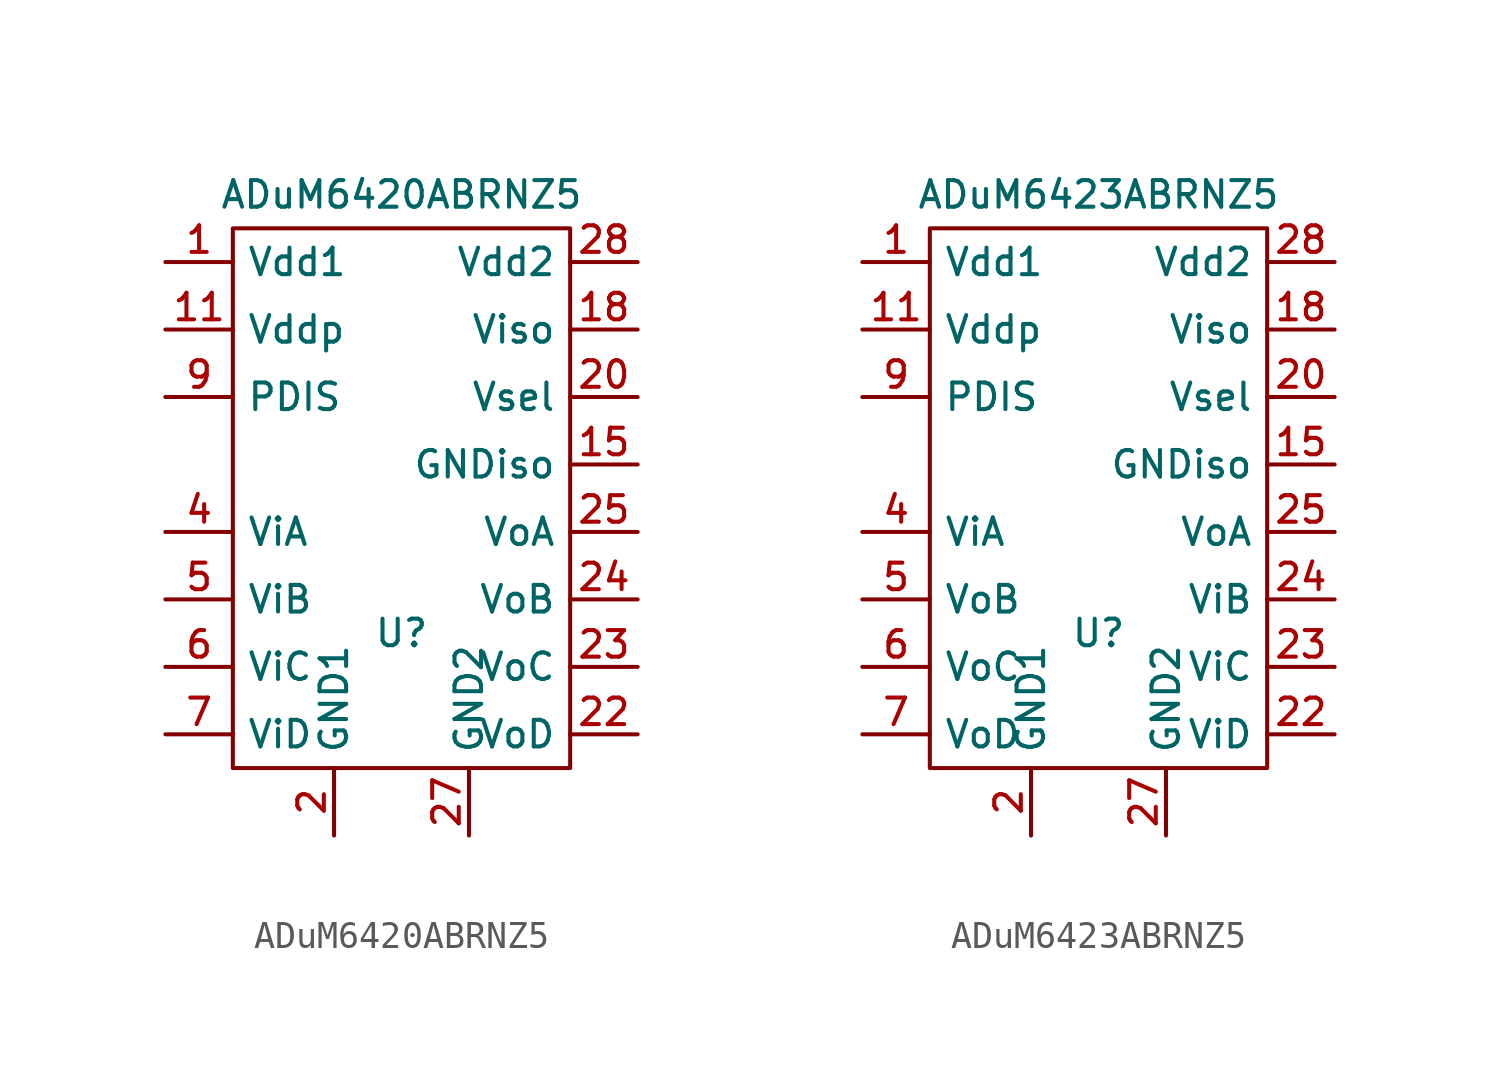
<source format=kicad_sym>
(kicad_symbol_lib
  (version 20220914)
  (generator kicad_symbol_editor)
  (symbol "ADuM6420ABRNZ5"
    (property "Reference" "U"
      (at 0 0 0)
      (effects (font (size 1 1))))
    (property "Value" "ADuM6420ABRNZ5"
      (at 0 16.51 0)
      (effects (font (size 1 1))))
    (symbol "ADuM6420ABRNZ5_0_1"
      (rectangle (start -6.35 15.24) (end 6.35 -5.08) (stroke (width 0) (type default)) (fill (type none))))
    (symbol "ADuM6420ABRNZ5_1_1"
      (pin power_in line (at -8.89 13.97 0) (length 2.54) (name "Vdd1" (effects (font (size 1 1)))) (number "1" (effects (font (size 1 1)))))
      (pin power_in line (at -2.54 -7.62 90) (length 2.54) hide (name "GND1" (effects (font (size 1 1)))) (number "10" (effects (font (size 1 1)))))
      (pin power_in line (at -8.89 11.43 0) (length 2.54) (name "Vddp" (effects (font (size 1 1)))) (number "11" (effects (font (size 1 1)))))
      (pin power_in line (at -2.54 -7.62 90) (length 2.54) hide (name "GND1" (effects (font (size 1 1)))) (number "12" (effects (font (size 1 1)))))
      (pin no_connect line (at 0 -5.08 90) (length 0) hide (name "NC" (effects (font (size 1 1)))) (number "13" (effects (font (size 1 1)))))
      (pin power_in line (at -2.54 -7.62 90) (length 2.54) hide (name "GND1" (effects (font (size 1 1)))) (number "14" (effects (font (size 1 1)))))
      (pin power_out line (at 8.89 6.35 180) (length 2.54) (name "GNDiso" (effects (font (size 1 1)))) (number "15" (effects (font (size 1 1)))))
      (pin no_connect line (at 0 -5.08 90) (length 0) hide (name "NC" (effects (font (size 1 1)))) (number "16" (effects (font (size 1 1)))))
      (pin power_out line (at 8.89 6.35 180) (length 2.54) hide (name "GNDiso" (effects (font (size 1 1)))) (number "17" (effects (font (size 1 1)))))
      (pin power_out line (at 8.89 11.43 180) (length 2.54) (name "Viso" (effects (font (size 1 1)))) (number "18" (effects (font (size 1 1)))))
      (pin power_out line (at 8.89 6.35 180) (length 2.54) hide (name "GNDiso" (effects (font (size 1 1)))) (number "19" (effects (font (size 1 1)))))
      (pin power_in line (at -2.54 -7.62 90) (length 2.54) (name "GND1" (effects (font (size 1 1)))) (number "2" (effects (font (size 1 1)))))
      (pin input line (at 8.89 8.89 180) (length 2.54) (name "Vsel" (effects (font (size 1 1)))) (number "20" (effects (font (size 1 1)))))
      (pin power_in line (at 2.54 -7.62 90) (length 2.54) hide (name "GND2" (effects (font (size 1 1)))) (number "21" (effects (font (size 1 1)))))
      (pin output line (at 8.89 -3.81 180) (length 2.54) (name "VoD" (effects (font (size 1 1)))) (number "22" (effects (font (size 1 1)))))
      (pin output line (at 8.89 -1.27 180) (length 2.54) (name "VoC" (effects (font (size 1 1)))) (number "23" (effects (font (size 1 1)))))
      (pin output line (at 8.89 1.27 180) (length 2.54) (name "VoB" (effects (font (size 1 1)))) (number "24" (effects (font (size 1 1)))))
      (pin output line (at 8.89 3.81 180) (length 2.54) (name "VoA" (effects (font (size 1 1)))) (number "25" (effects (font (size 1 1)))))
      (pin power_in line (at 2.54 -7.62 90) (length 2.54) hide (name "GND2" (effects (font (size 1 1)))) (number "26" (effects (font (size 1 1)))))
      (pin power_in line (at 2.54 -7.62 90) (length 2.54) (name "GND2" (effects (font (size 1 1)))) (number "27" (effects (font (size 1 1)))))
      (pin power_in line (at 8.89 13.97 180) (length 2.54) (name "Vdd2" (effects (font (size 1 1)))) (number "28" (effects (font (size 1 1)))))
      (pin power_in line (at -2.54 -7.62 90) (length 2.54) hide (name "GND1" (effects (font (size 1 1)))) (number "3" (effects (font (size 1 1)))))
      (pin input line (at -8.89 3.81 0) (length 2.54) (name "ViA" (effects (font (size 1 1)))) (number "4" (effects (font (size 1 1)))))
      (pin input line (at -8.89 1.27 0) (length 2.54) (name "ViB" (effects (font (size 1 1)))) (number "5" (effects (font (size 1 1)))))
      (pin input line (at -8.89 -1.27 0) (length 2.54) (name "ViC" (effects (font (size 1 1)))) (number "6" (effects (font (size 1 1)))))
      (pin input line (at -8.89 -3.81 0) (length 2.54) (name "ViD" (effects (font (size 1 1)))) (number "7" (effects (font (size 1 1)))))
      (pin power_in line (at -2.54 -7.62 90) (length 2.54) hide (name "GND1" (effects (font (size 1 1)))) (number "8" (effects (font (size 1 1)))))
      (pin input line (at -8.89 8.89 0) (length 2.54) (name "PDIS" (effects (font (size 1 1)))) (number "9" (effects (font (size 1 1)))))))
  (symbol "ADuM6423ABRNZ5"
    (property "Reference" "U"
      (at 0 0 0)
      (effects (font (size 1 1))))
    (property "Value" "ADuM6423ABRNZ5"
      (at 0 16.51 0)
      (effects (font (size 1 1))))
    (symbol "ADuM6423ABRNZ5_0_1"
      (rectangle (start -6.35 15.24) (end 6.35 -5.08) (stroke (width 0) (type default)) (fill (type none))))
    (symbol "ADuM6423ABRNZ5_1_1"
      (pin power_in line (at -8.89 13.97 0) (length 2.54) (name "Vdd1" (effects (font (size 1 1)))) (number "1" (effects (font (size 1 1)))))
      (pin power_in line (at -2.54 -7.62 90) (length 2.54) hide (name "GND1" (effects (font (size 1 1)))) (number "10" (effects (font (size 1 1)))))
      (pin power_in line (at -8.89 11.43 0) (length 2.54) (name "Vddp" (effects (font (size 1 1)))) (number "11" (effects (font (size 1 1)))))
      (pin power_in line (at -2.54 -7.62 90) (length 2.54) hide (name "GND1" (effects (font (size 1 1)))) (number "12" (effects (font (size 1 1)))))
      (pin no_connect line (at 0 -5.08 90) (length 0) hide (name "NC" (effects (font (size 1 1)))) (number "13" (effects (font (size 1 1)))))
      (pin power_in line (at -2.54 -7.62 90) (length 2.54) hide (name "GND1" (effects (font (size 1 1)))) (number "14" (effects (font (size 1 1)))))
      (pin power_out line (at 8.89 6.35 180) (length 2.54) (name "GNDiso" (effects (font (size 1 1)))) (number "15" (effects (font (size 1 1)))))
      (pin no_connect line (at 0 -5.08 90) (length 0) hide (name "NC" (effects (font (size 1 1)))) (number "16" (effects (font (size 1 1)))))
      (pin power_out line (at 8.89 6.35 180) (length 2.54) hide (name "GNDiso" (effects (font (size 1 1)))) (number "17" (effects (font (size 1 1)))))
      (pin power_out line (at 8.89 11.43 180) (length 2.54) (name "Viso" (effects (font (size 1 1)))) (number "18" (effects (font (size 1 1)))))
      (pin power_out line (at 8.89 6.35 180) (length 2.54) hide (name "GNDiso" (effects (font (size 1 1)))) (number "19" (effects (font (size 1 1)))))
      (pin power_in line (at -2.54 -7.62 90) (length 2.54) (name "GND1" (effects (font (size 1 1)))) (number "2" (effects (font (size 1 1)))))
      (pin input line (at 8.89 8.89 180) (length 2.54) (name "Vsel" (effects (font (size 1 1)))) (number "20" (effects (font (size 1 1)))))
      (pin power_in line (at 2.54 -7.62 90) (length 2.54) hide (name "GND2" (effects (font (size 1 1)))) (number "21" (effects (font (size 1 1)))))
      (pin input line (at 8.89 -3.81 180) (length 2.54) (name "ViD" (effects (font (size 1 1)))) (number "22" (effects (font (size 1 1)))))
      (pin input line (at 8.89 -1.27 180) (length 2.54) (name "ViC" (effects (font (size 1 1)))) (number "23" (effects (font (size 1 1)))))
      (pin input line (at 8.89 1.27 180) (length 2.54) (name "ViB" (effects (font (size 1 1)))) (number "24" (effects (font (size 1 1)))))
      (pin output line (at 8.89 3.81 180) (length 2.54) (name "VoA" (effects (font (size 1 1)))) (number "25" (effects (font (size 1 1)))))
      (pin power_in line (at 2.54 -7.62 90) (length 2.54) hide (name "GND2" (effects (font (size 1 1)))) (number "26" (effects (font (size 1 1)))))
      (pin power_in line (at 2.54 -7.62 90) (length 2.54) (name "GND2" (effects (font (size 1 1)))) (number "27" (effects (font (size 1 1)))))
      (pin power_in line (at 8.89 13.97 180) (length 2.54) (name "Vdd2" (effects (font (size 1 1)))) (number "28" (effects (font (size 1 1)))))
      (pin power_in line (at -2.54 -7.62 90) (length 2.54) hide (name "GND1" (effects (font (size 1 1)))) (number "3" (effects (font (size 1 1)))))
      (pin input line (at -8.89 3.81 0) (length 2.54) (name "ViA" (effects (font (size 1 1)))) (number "4" (effects (font (size 1 1)))))
      (pin output line (at -8.89 1.27 0) (length 2.54) (name "VoB" (effects (font (size 1 1)))) (number "5" (effects (font (size 1 1)))))
      (pin output line (at -8.89 -1.27 0) (length 2.54) (name "VoC" (effects (font (size 1 1)))) (number "6" (effects (font (size 1 1)))))
      (pin output line (at -8.89 -3.81 0) (length 2.54) (name "VoD" (effects (font (size 1 1)))) (number "7" (effects (font (size 1 1)))))
      (pin power_in line (at -2.54 -7.62 90) (length 2.54) hide (name "GND1" (effects (font (size 1 1)))) (number "8" (effects (font (size 1 1)))))
      (pin input line (at -8.89 8.89 0) (length 2.54) (name "PDIS" (effects (font (size 1 1)))) (number "9" (effects (font (size 1 1))))))))
</source>
